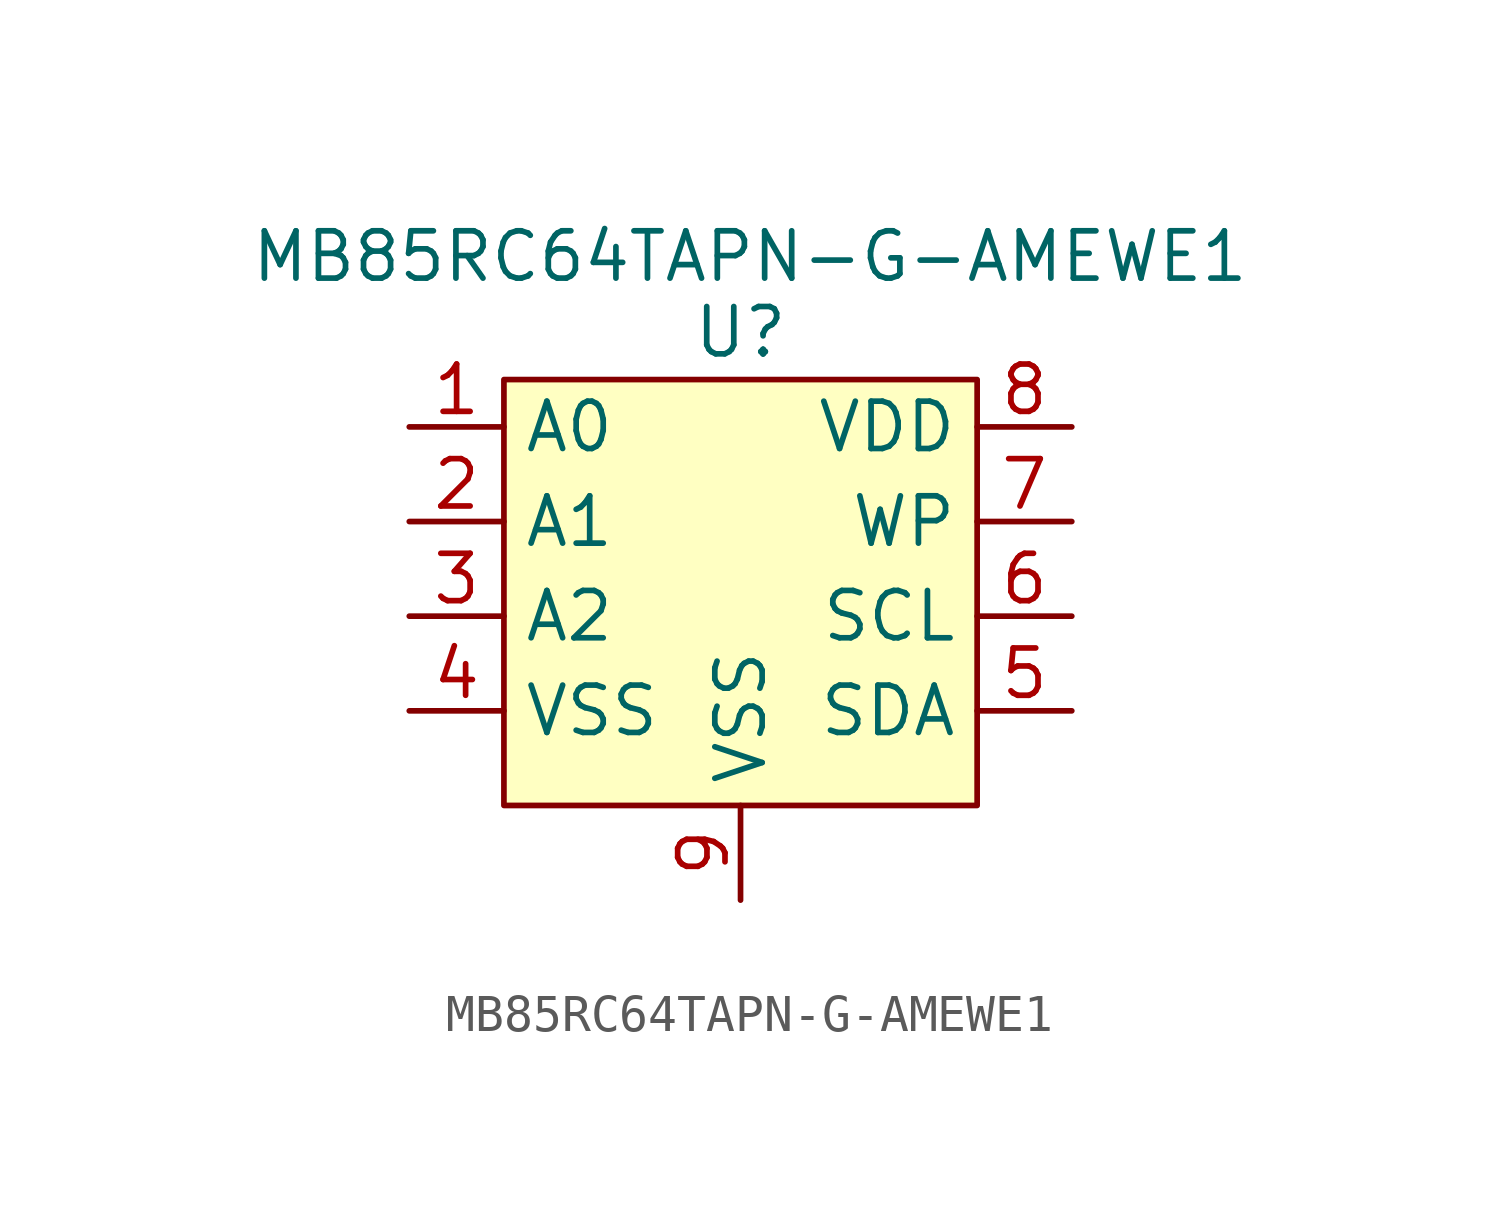
<source format=kicad_sym>
(kicad_symbol_lib
  (version 20231120)
  (generator "kicad_symbol_editor")
  (generator_version "8.0")
  (symbol "MB85RC64TAPN-G-AMEWE1"
    (property "Reference" "U"
      (at 0 7.62 0)
      (effects (font (size 1.27 1.27))))
    (property "Value" "MB85RC64TAPN-G-AMEWE1"
      (at 0.254 9.652 0)
      (effects (font (size 1.27 1.27))))
    (symbol "MB85RC64TAPN-G-AMEWE1_1_1"
      (rectangle (start -6.35 6.35) (end 6.35 -5.08) (stroke (width 0) (type default)) (fill (type background)))
      (pin input line (at -8.89 5.08 0) (length 2.54) (name "A0" (effects (font (size 1.27 1.27)))) (number "1" (effects (font (size 1.27 1.27)))))
      (pin input line (at -8.89 2.54 0) (length 2.54) (name "A1" (effects (font (size 1.27 1.27)))) (number "2" (effects (font (size 1.27 1.27)))))
      (pin input line (at -8.89 0 0) (length 2.54) (name "A2" (effects (font (size 1.27 1.27)))) (number "3" (effects (font (size 1.27 1.27)))))
      (pin power_in line (at -8.89 -2.54 0) (length 2.54) (name "VSS" (effects (font (size 1.27 1.27)))) (number "4" (effects (font (size 1.27 1.27)))))
      (pin bidirectional line (at 8.89 -2.54 180) (length 2.54) (name "SDA" (effects (font (size 1.27 1.27)))) (number "5" (effects (font (size 1.27 1.27)))))
      (pin bidirectional line (at 8.89 0 180) (length 2.54) (name "SCL" (effects (font (size 1.27 1.27)))) (number "6" (effects (font (size 1.27 1.27)))))
      (pin input line (at 8.89 2.54 180) (length 2.54) (name "WP" (effects (font (size 1.27 1.27)))) (number "7" (effects (font (size 1.27 1.27)))))
      (pin power_in line (at 8.89 5.08 180) (length 2.54) (name "VDD" (effects (font (size 1.27 1.27)))) (number "8" (effects (font (size 1.27 1.27)))))
      (pin power_in line (at 0 -7.62 90) (length 2.54) (name "VSS" (effects (font (size 1.27 1.27)))) (number "9" (effects (font (size 1.27 1.27))))))))
</source>
